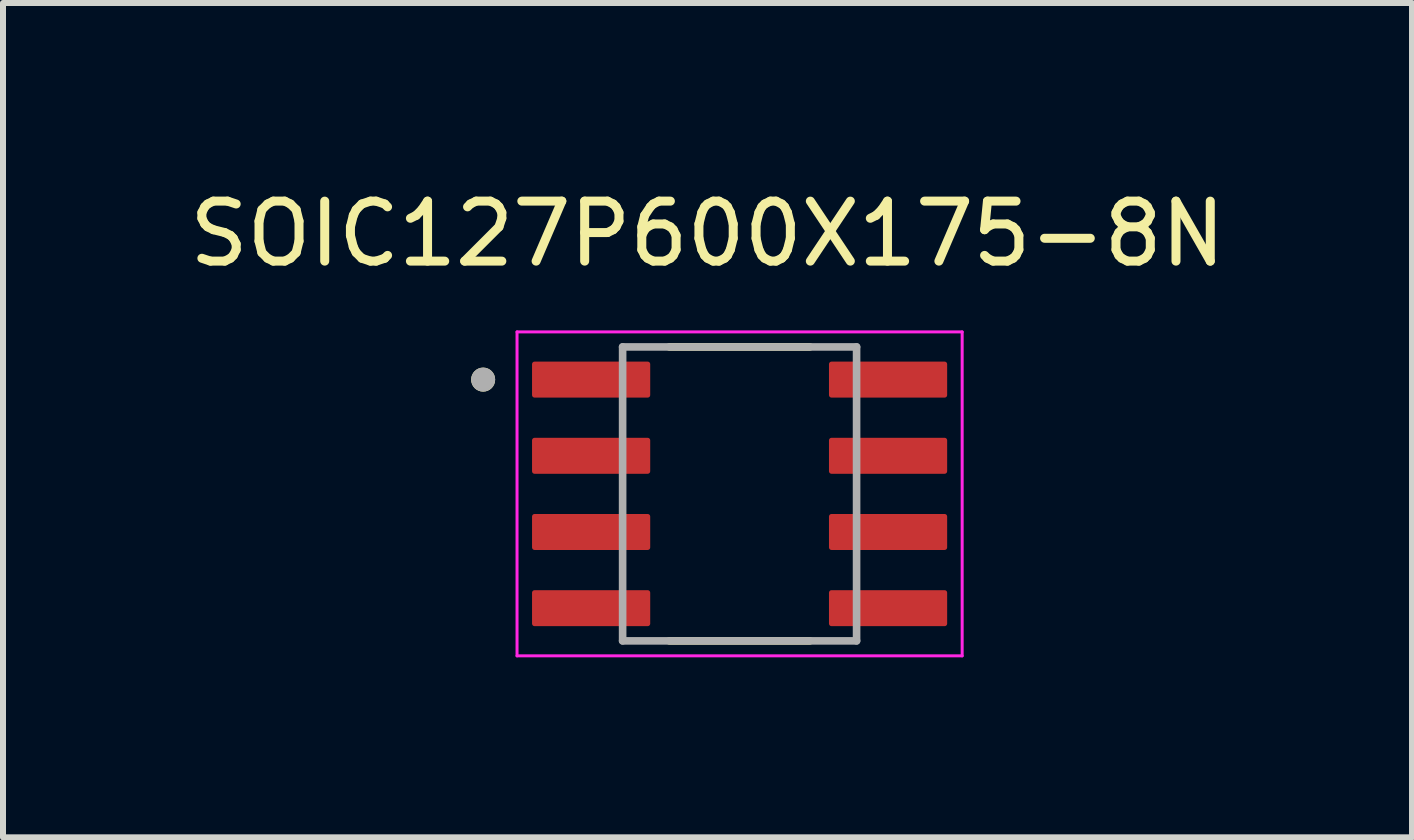
<source format=kicad_pcb>
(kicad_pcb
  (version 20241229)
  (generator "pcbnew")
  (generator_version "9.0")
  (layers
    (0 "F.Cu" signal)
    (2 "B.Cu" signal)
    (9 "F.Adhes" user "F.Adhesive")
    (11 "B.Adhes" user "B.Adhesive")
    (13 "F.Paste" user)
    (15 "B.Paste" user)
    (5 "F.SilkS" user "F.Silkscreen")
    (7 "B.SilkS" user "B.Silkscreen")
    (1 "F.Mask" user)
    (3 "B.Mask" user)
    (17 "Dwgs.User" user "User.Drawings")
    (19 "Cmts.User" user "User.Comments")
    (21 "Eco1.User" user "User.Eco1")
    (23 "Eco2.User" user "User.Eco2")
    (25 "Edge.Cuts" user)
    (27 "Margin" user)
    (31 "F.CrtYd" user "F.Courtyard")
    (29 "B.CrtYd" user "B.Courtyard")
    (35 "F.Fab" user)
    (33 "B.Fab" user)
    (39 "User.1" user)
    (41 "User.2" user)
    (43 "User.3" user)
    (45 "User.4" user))
  (footprint "SOIC127P600X175-8N"
    (layer "F.Cu")
    (at 9.279 5.183)
    (property "Reference" "SOIC127P600X175-8N" (at -0.535 -4.335 0) (layer "F.SilkS") (effects (font (size 1 1) (thickness 0.15))))
    (attr smd)
    (fp_line (start -1.17 -2.45) (end 1.17 -2.45) (stroke (width 0.127) (type solid)) (layer "F.SilkS"))
    (fp_line (start -1.17 2.45) (end 1.17 2.45) (stroke (width 0.127) (type solid)) (layer "F.SilkS"))
    (fp_circle (center -4.275 -1.905) (end -4.175 -1.905) (stroke (width 0.2) (type solid)) (fill no) (layer "F.SilkS"))
    (fp_line (start -3.71 -2.7) (end -3.71 2.7) (stroke (width 0.05) (type solid)) (layer "F.CrtYd"))
    (fp_line (start -3.71 2.7) (end 3.71 2.7) (stroke (width 0.05) (type solid)) (layer "F.CrtYd"))
    (fp_line (start 3.71 -2.7) (end -3.71 -2.7) (stroke (width 0.05) (type solid)) (layer "F.CrtYd"))
    (fp_line (start 3.71 2.7) (end 3.71 -2.7) (stroke (width 0.05) (type solid)) (layer "F.CrtYd"))
    (fp_line (start -1.95 -2.45) (end -1.95 2.45) (stroke (width 0.127) (type solid)) (layer "F.Fab"))
    (fp_line (start -1.95 2.45) (end 1.95 2.45) (stroke (width 0.127) (type solid)) (layer "F.Fab"))
    (fp_line (start 1.95 -2.45) (end -1.95 -2.45) (stroke (width 0.127) (type solid)) (layer "F.Fab"))
    (fp_line (start 1.95 2.45) (end 1.95 -2.45) (stroke (width 0.127) (type solid)) (layer "F.Fab"))
    (fp_circle (center -4.275 -1.905) (end -4.175 -1.905) (stroke (width 0.2) (type solid)) (fill no) (layer "F.Fab"))
    (pad "1" smd roundrect (at -2.475 -1.905) (size 1.97 0.6) (layers "F.Cu" "F.Mask" "F.Paste") (roundrect_rratio 0.07))
    (pad "2" smd roundrect (at -2.475 -0.635) (size 1.97 0.6) (layers "F.Cu" "F.Mask" "F.Paste") (roundrect_rratio 0.07))
    (pad "3" smd roundrect (at -2.475 0.635) (size 1.97 0.6) (layers "F.Cu" "F.Mask" "F.Paste") (roundrect_rratio 0.07))
    (pad "4" smd roundrect (at -2.475 1.905) (size 1.97 0.6) (layers "F.Cu" "F.Mask" "F.Paste") (roundrect_rratio 0.07))
    (pad "5" smd roundrect (at 2.475 1.905) (size 1.97 0.6) (layers "F.Cu" "F.Mask" "F.Paste") (roundrect_rratio 0.07))
    (pad "6" smd roundrect (at 2.475 0.635) (size 1.97 0.6) (layers "F.Cu" "F.Mask" "F.Paste") (roundrect_rratio 0.07))
    (pad "7" smd roundrect (at 2.475 -0.635) (size 1.97 0.6) (layers "F.Cu" "F.Mask" "F.Paste") (roundrect_rratio 0.07))
    (pad "8" smd roundrect (at 2.475 -1.905) (size 1.97 0.6) (layers "F.Cu" "F.Mask" "F.Paste") (roundrect_rratio 0.07)))
  (gr_rect
    (start -3 -3)
    (end 20.488 10.908)
    (stroke (width 0.1) (type default))
    (fill no)
    (layer "Edge.Cuts")))
</source>
